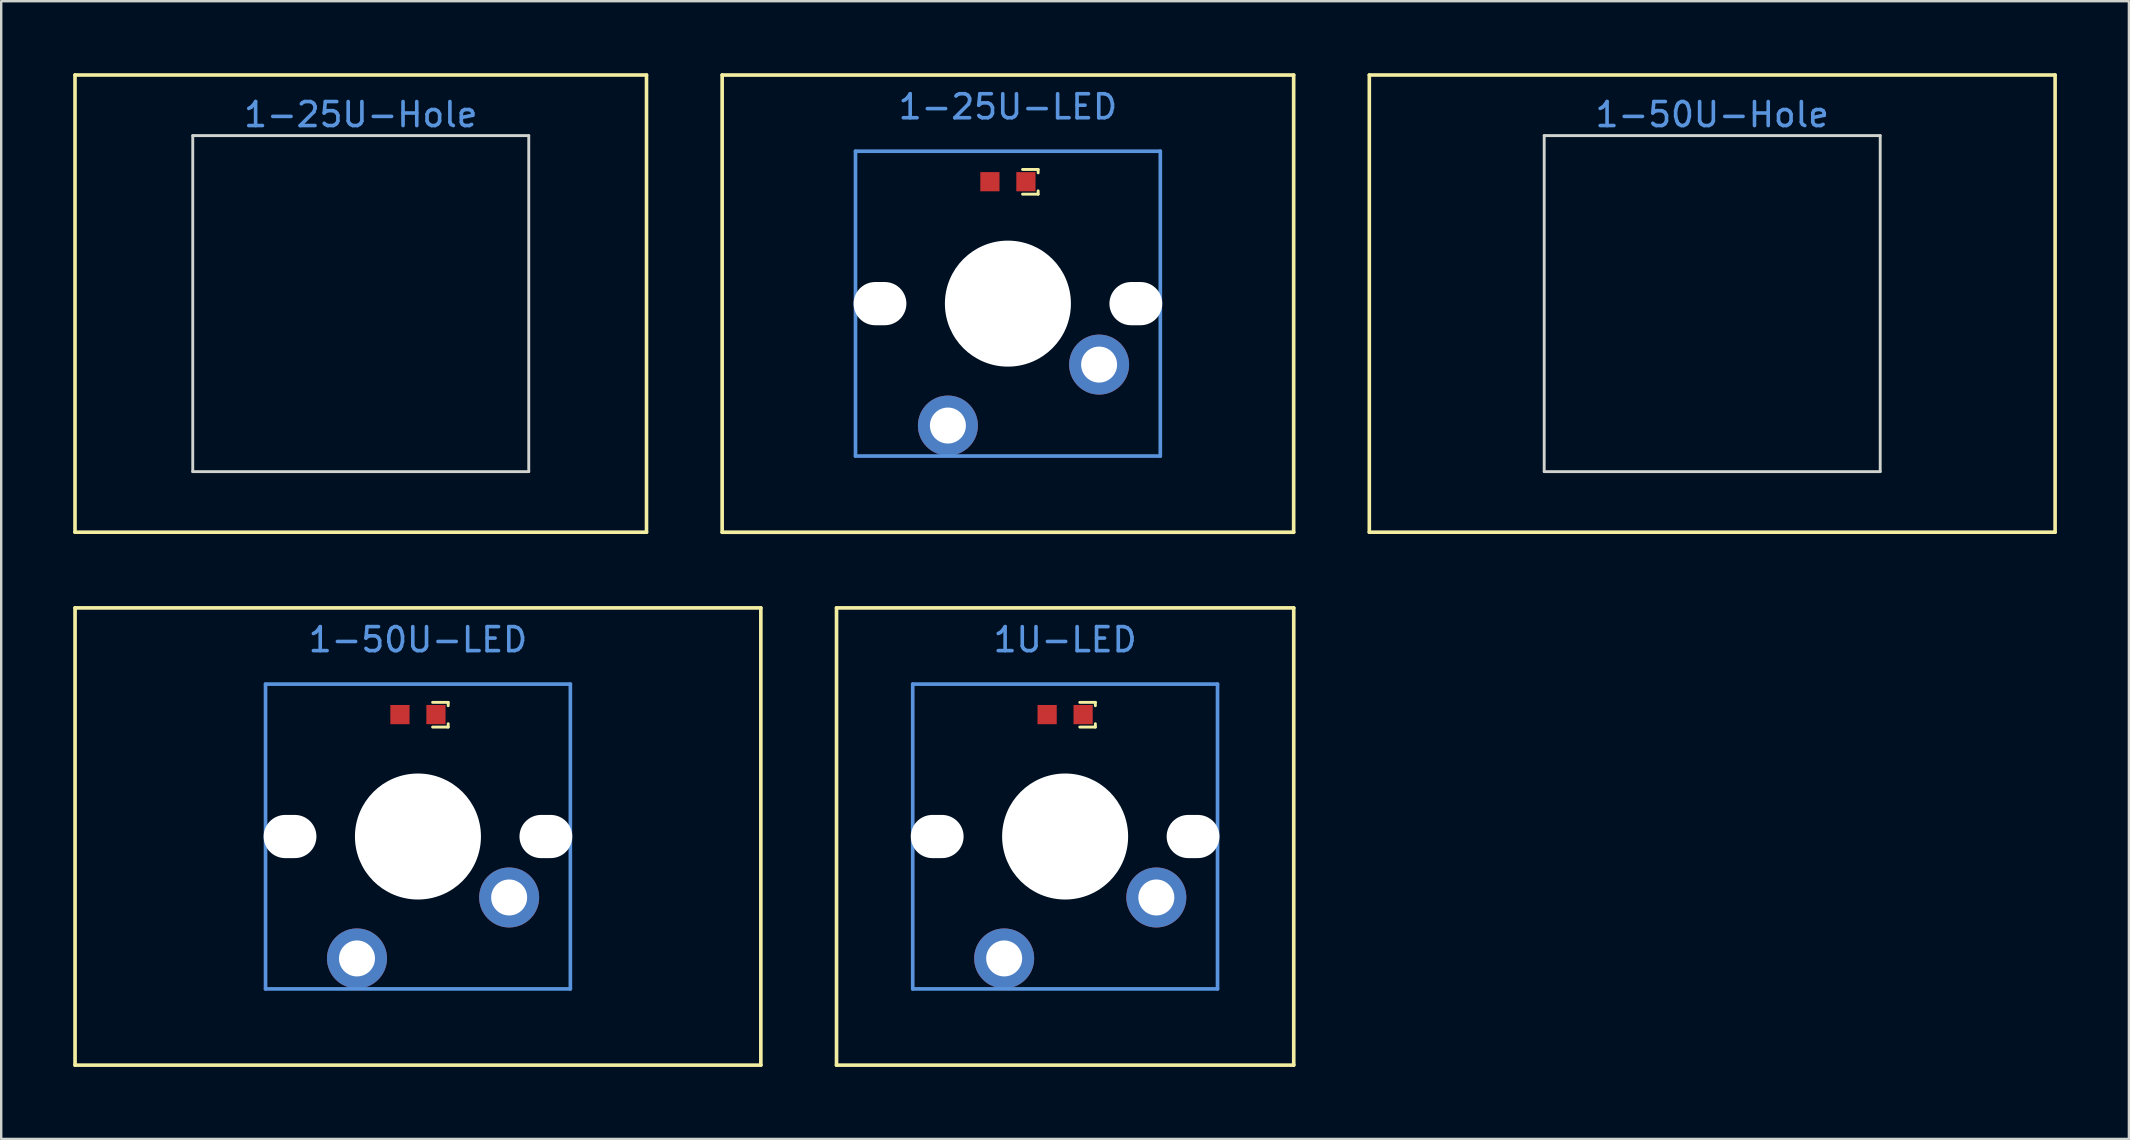
<source format=kicad_pcb>
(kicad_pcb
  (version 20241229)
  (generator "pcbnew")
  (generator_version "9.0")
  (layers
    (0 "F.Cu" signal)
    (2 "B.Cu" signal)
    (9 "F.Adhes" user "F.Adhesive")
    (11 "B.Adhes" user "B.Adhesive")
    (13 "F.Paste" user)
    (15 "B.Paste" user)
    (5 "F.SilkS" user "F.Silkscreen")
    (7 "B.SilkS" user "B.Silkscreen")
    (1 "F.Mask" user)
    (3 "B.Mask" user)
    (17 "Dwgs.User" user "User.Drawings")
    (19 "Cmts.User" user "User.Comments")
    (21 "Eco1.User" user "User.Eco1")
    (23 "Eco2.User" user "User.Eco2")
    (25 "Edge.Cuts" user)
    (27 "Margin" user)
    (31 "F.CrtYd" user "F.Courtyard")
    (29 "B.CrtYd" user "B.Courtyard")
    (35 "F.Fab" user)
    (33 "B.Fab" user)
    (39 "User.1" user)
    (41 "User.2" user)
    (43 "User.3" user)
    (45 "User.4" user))
  (footprint "1-25U-Hole"
    (layer "F.Cu")
    (at 11.981 9.6)
    (property "Reference" "1-25U-Hole" (at 0 -7.874 0) (layer "Cmts.User") (effects (font (size 1 1) (thickness 0.15))))
    (attr through_hole)
    (fp_line (start -11.906 -9.525) (end 11.906 -9.525) (stroke (width 0.15) (type solid)) (layer "F.SilkS"))
    (fp_line (start -11.906 9.525) (end -11.906 -9.525) (stroke (width 0.15) (type solid)) (layer "F.SilkS"))
    (fp_line (start 11.906 -9.525) (end 11.906 9.525) (stroke (width 0.15) (type solid)) (layer "F.SilkS"))
    (fp_line (start 11.906 9.525) (end -11.906 9.525) (stroke (width 0.15) (type solid)) (layer "F.SilkS"))
    (fp_line (start -7 -7) (end -7 7) (stroke (width 0.12) (type solid)) (layer "Edge.Cuts"))
    (fp_line (start -7 -7) (end 7 -7) (stroke (width 0.12) (type solid)) (layer "Edge.Cuts"))
    (fp_line (start -7 7) (end 7 7) (stroke (width 0.12) (type solid)) (layer "Edge.Cuts"))
    (fp_line (start 7 -7) (end 7 7) (stroke (width 0.12) (type solid)) (layer "Edge.Cuts")))
  (footprint "1-50U-LED"
    (layer "F.Cu")
    (at 14.364 26.724)
    (property "Reference" "1-50U-LED" (at 0 -3.12 0) (layer "Cmts.User") (effects (font (size 1 1) (thickness 0.15))))
    (attr smd)
    (fp_line (start -14.287 -4.445) (end 14.287 -4.445) (stroke (width 0.152) (type solid)) (layer "F.SilkS"))
    (fp_line (start -14.287 14.605) (end -14.287 -4.445) (stroke (width 0.152) (type solid)) (layer "F.SilkS"))
    (fp_line (start 0.61 -0.51) (end 1.26 -0.51) (stroke (width 0.12) (type solid)) (layer "F.SilkS"))
    (fp_line (start 0.61 0.52) (end 1.26 0.52) (stroke (width 0.12) (type solid)) (layer "F.SilkS"))
    (fp_line (start 1.26 -0.51) (end 1.26 -0.37) (stroke (width 0.12) (type solid)) (layer "F.SilkS"))
    (fp_line (start 1.26 0.52) (end 1.26 0.38) (stroke (width 0.12) (type solid)) (layer "F.SilkS"))
    (fp_line (start 14.287 -4.445) (end 14.287 14.605) (stroke (width 0.152) (type solid)) (layer "F.SilkS"))
    (fp_line (start 14.287 14.605) (end -14.287 14.605) (stroke (width 0.152) (type solid)) (layer "F.SilkS"))
    (fp_line (start -6.35 -1.27) (end 6.35 -1.27) (stroke (width 0.152) (type solid)) (layer "Cmts.User"))
    (fp_line (start -6.35 11.43) (end -6.35 -1.27) (stroke (width 0.152) (type solid)) (layer "Cmts.User"))
    (fp_line (start 6.35 -1.27) (end 6.35 11.43) (stroke (width 0.152) (type solid)) (layer "Cmts.User"))
    (fp_line (start 6.35 11.43) (end -6.35 11.43) (stroke (width 0.152) (type solid)) (layer "Cmts.User"))
    (pad "" np_thru_hole oval (at -5.33 5.08 270) (size 1.8 2.2) (drill oval 1.8 2.2) (layers "*.Cu" "*.Mask"))
    (pad "" np_thru_hole circle (at 0 5.08 180) (size 5.25 5.25) (drill 5.25) (layers "*.Cu" "*.Mask"))
    (pad "" np_thru_hole oval (at 5.33 5.08 270) (size 1.8 2.2) (drill oval 1.8 2.2) (layers "*.Cu" "*.Mask"))
    (pad "1" thru_hole circle (at -2.54 10.16) (size 2.5 2.5) (drill 1.499) (layers "*.Cu" "*.Mask"))
    (pad "2" thru_hole circle (at 3.8 7.62 225) (size 2.5 2.5) (drill 1.499) (layers "*.Cu" "*.Mask"))
    (pad "3" smd rect (at 0.75 0 90) (size 0.8 0.8) (layers "F.Cu" "F.Mask" "F.Paste"))
    (pad "4" smd rect (at -0.75 0 90) (size 0.8 0.8) (layers "F.Cu" "F.Mask" "F.Paste")))
  (footprint "1-50U-Hole"
    (layer "F.Cu")
    (at 68.29 9.6)
    (property "Reference" "1-50U-Hole" (at 0 -7.874 0) (layer "Cmts.User") (effects (font (size 1 1) (thickness 0.15))))
    (attr through_hole)
    (fp_line (start -14.287 -9.525) (end 14.287 -9.525) (stroke (width 0.15) (type solid)) (layer "F.SilkS"))
    (fp_line (start -14.287 9.525) (end -14.287 -9.525) (stroke (width 0.15) (type solid)) (layer "F.SilkS"))
    (fp_line (start 14.287 -9.525) (end 14.287 9.525) (stroke (width 0.15) (type solid)) (layer "F.SilkS"))
    (fp_line (start 14.287 9.525) (end -14.287 9.525) (stroke (width 0.15) (type solid)) (layer "F.SilkS"))
    (fp_line (start -7 -7) (end -7 7) (stroke (width 0.12) (type solid)) (layer "Edge.Cuts"))
    (fp_line (start -7 -7) (end 7 -7) (stroke (width 0.12) (type solid)) (layer "Edge.Cuts"))
    (fp_line (start -7 7) (end 7 7) (stroke (width 0.12) (type solid)) (layer "Edge.Cuts"))
    (fp_line (start 7 -7) (end 7 7) (stroke (width 0.12) (type solid)) (layer "Edge.Cuts")))
  (footprint "1-25U-LED"
    (layer "F.Cu")
    (at 38.945 4.521)
    (property "Reference" "1-25U-LED" (at 0 -3.12 0) (layer "Cmts.User") (effects (font (size 1 1) (thickness 0.15))))
    (attr smd)
    (fp_line (start -11.906 -4.445) (end 11.906 -4.445) (stroke (width 0.152) (type solid)) (layer "F.SilkS"))
    (fp_line (start -11.906 14.605) (end -11.906 -4.445) (stroke (width 0.152) (type solid)) (layer "F.SilkS"))
    (fp_line (start 0.61 -0.51) (end 1.26 -0.51) (stroke (width 0.12) (type solid)) (layer "F.SilkS"))
    (fp_line (start 0.61 0.52) (end 1.26 0.52) (stroke (width 0.12) (type solid)) (layer "F.SilkS"))
    (fp_line (start 1.26 -0.51) (end 1.26 -0.37) (stroke (width 0.12) (type solid)) (layer "F.SilkS"))
    (fp_line (start 1.26 0.52) (end 1.26 0.38) (stroke (width 0.12) (type solid)) (layer "F.SilkS"))
    (fp_line (start 11.906 -4.445) (end 11.906 14.605) (stroke (width 0.152) (type solid)) (layer "F.SilkS"))
    (fp_line (start 11.906 14.605) (end -11.906 14.605) (stroke (width 0.152) (type solid)) (layer "F.SilkS"))
    (fp_line (start -6.35 -1.27) (end 6.35 -1.27) (stroke (width 0.152) (type solid)) (layer "Cmts.User"))
    (fp_line (start -6.35 11.43) (end -6.35 -1.27) (stroke (width 0.152) (type solid)) (layer "Cmts.User"))
    (fp_line (start 6.35 -1.27) (end 6.35 11.43) (stroke (width 0.152) (type solid)) (layer "Cmts.User"))
    (fp_line (start 6.35 11.43) (end -6.35 11.43) (stroke (width 0.152) (type solid)) (layer "Cmts.User"))
    (pad "" np_thru_hole oval (at -5.33 5.08 270) (size 1.8 2.2) (drill oval 1.8 2.2) (layers "*.Cu" "*.Mask"))
    (pad "" np_thru_hole circle (at 0 5.08 180) (size 5.25 5.25) (drill 5.25) (layers "*.Cu" "*.Mask"))
    (pad "" np_thru_hole oval (at 5.33 5.08 270) (size 1.8 2.2) (drill oval 1.8 2.2) (layers "*.Cu" "*.Mask"))
    (pad "1" thru_hole circle (at -2.5 10.16) (size 2.5 2.5) (drill 1.499) (layers "*.Cu" "*.Mask"))
    (pad "2" thru_hole circle (at 3.8 7.62 225) (size 2.5 2.5) (drill 1.499) (layers "*.Cu" "*.Mask"))
    (pad "3" smd rect (at 0.75 0 90) (size 0.8 0.8) (layers "F.Cu" "F.Mask" "F.Paste"))
    (pad "4" smd rect (at -0.75 0 90) (size 0.8 0.8) (layers "F.Cu" "F.Mask" "F.Paste")))
  (footprint "1U-LED"
    (layer "F.Cu")
    (at 41.329 26.724)
    (property "Reference" "1U-LED" (at 0 -3.12 0) (layer "Cmts.User") (effects (font (size 1 1) (thickness 0.15))))
    (attr smd)
    (fp_line (start -9.525 -4.445) (end 9.525 -4.445) (stroke (width 0.152) (type solid)) (layer "F.SilkS"))
    (fp_line (start -9.525 14.605) (end -9.525 -4.445) (stroke (width 0.152) (type solid)) (layer "F.SilkS"))
    (fp_line (start 0.61 -0.51) (end 1.26 -0.51) (stroke (width 0.12) (type solid)) (layer "F.SilkS"))
    (fp_line (start 0.61 0.52) (end 1.26 0.52) (stroke (width 0.12) (type solid)) (layer "F.SilkS"))
    (fp_line (start 1.26 -0.51) (end 1.26 -0.37) (stroke (width 0.12) (type solid)) (layer "F.SilkS"))
    (fp_line (start 1.26 0.52) (end 1.26 0.38) (stroke (width 0.12) (type solid)) (layer "F.SilkS"))
    (fp_line (start 9.525 -4.445) (end 9.525 14.605) (stroke (width 0.152) (type solid)) (layer "F.SilkS"))
    (fp_line (start 9.525 14.605) (end -9.525 14.605) (stroke (width 0.152) (type solid)) (layer "F.SilkS"))
    (fp_line (start -6.35 -1.27) (end 6.35 -1.27) (stroke (width 0.152) (type solid)) (layer "Cmts.User"))
    (fp_line (start -6.35 11.43) (end -6.35 -1.27) (stroke (width 0.152) (type solid)) (layer "Cmts.User"))
    (fp_line (start 6.35 -1.27) (end 6.35 11.43) (stroke (width 0.152) (type solid)) (layer "Cmts.User"))
    (fp_line (start 6.35 11.43) (end -6.35 11.43) (stroke (width 0.152) (type solid)) (layer "Cmts.User"))
    (pad "" np_thru_hole oval (at -5.33 5.08 270) (size 1.8 2.2) (drill oval 1.8 2.2) (layers "*.Cu" "*.Mask"))
    (pad "" np_thru_hole circle (at 0 5.08 180) (size 5.25 5.25) (drill 5.25) (layers "*.Cu" "*.Mask"))
    (pad "" np_thru_hole oval (at 5.33 5.08 270) (size 1.8 2.2) (drill oval 1.8 2.2) (layers "*.Cu" "*.Mask"))
    (pad "1" thru_hole circle (at -2.54 10.16) (size 2.5 2.5) (drill 1.499) (layers "*.Cu" "*.Mask"))
    (pad "2" thru_hole circle (at 3.8 7.62 225) (size 2.5 2.5) (drill 1.499) (layers "*.Cu" "*.Mask"))
    (pad "3" smd rect (at 0.75 0 90) (size 0.8 0.8) (layers "F.Cu" "F.Mask" "F.Paste"))
    (pad "4" smd rect (at -0.75 0 90) (size 0.8 0.8) (layers "F.Cu" "F.Mask" "F.Paste")))
  (gr_rect
    (start -3 -3)
    (end 85.652 44.405)
    (stroke (width 0.1) (type default))
    (fill no)
    (layer "Edge.Cuts")))
</source>
